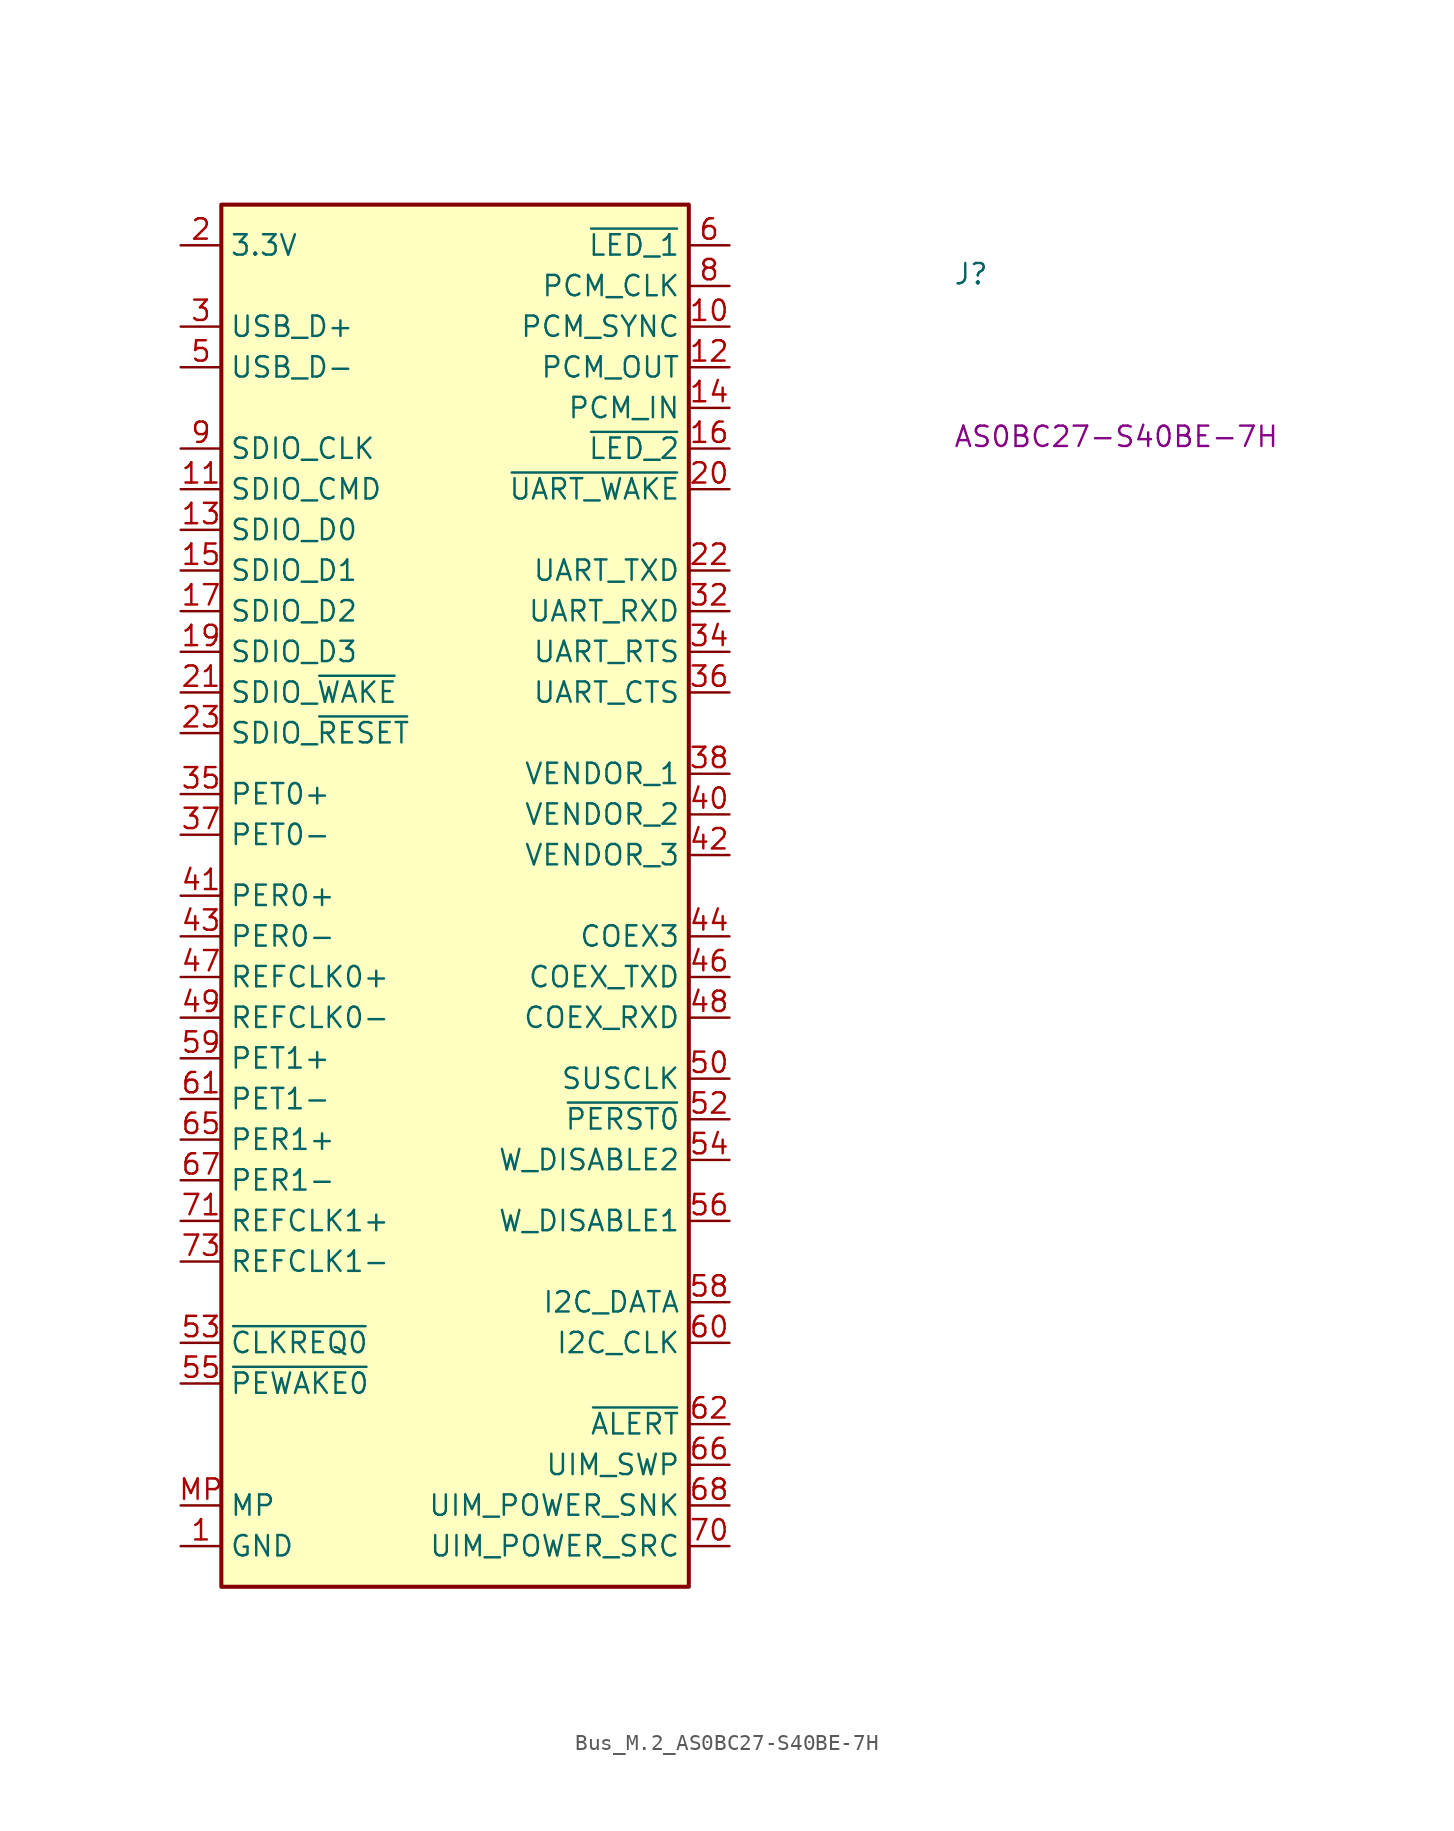
<source format=kicad_sym>
(kicad_symbol_lib
  (version 20220914)
  (generator kicad_symbol_editor)
  (symbol "Bus_M.2_AS0BC27-S40BE-7H"
    (property "Reference" "J"
      (at 48.26 -2.54 0)
      (effects (font (size 1.27 1.27) (thickness 0.15)) (justify left bottom)))
    (property "MPN" "AS0BC27-S40BE-7H"
      (at 48.26 -12.7 0)
      (effects (font (size 1.27 1.27) (thickness 0.15)) (justify left bottom)))
    (symbol "Bus_M.2_AS0BC27-S40BE-7H_1_1"
      (rectangle (start 2.54 2.54) (end 31.75 -83.82) (stroke (width 0.254) (type default)) (fill (type background)))
      (pin power_in line (at 0 -81.28 0) (length 2.54) (name "GND" (effects (font (size 1.27 1.27)))) (number "1" (effects (font (size 1.27 1.27)))))
      (pin bidirectional line (at 34.29 -5.08 180) (length 2.54) (name "PCM_SYNC" (effects (font (size 1.27 1.27)))) (number "10" (effects (font (size 1.27 1.27)))))
      (pin bidirectional line (at 0 -15.24 0) (length 2.54) (name "SDIO_CMD" (effects (font (size 1.27 1.27)))) (number "11" (effects (font (size 1.27 1.27)))))
      (pin bidirectional line (at 34.29 -7.62 180) (length 2.54) (name "PCM_OUT" (effects (font (size 1.27 1.27)))) (number "12" (effects (font (size 1.27 1.27)))))
      (pin bidirectional line (at 0 -17.78 0) (length 2.54) (name "SDIO_D0" (effects (font (size 1.27 1.27)))) (number "13" (effects (font (size 1.27 1.27)))))
      (pin bidirectional line (at 34.29 -10.16 180) (length 2.54) (name "PCM_IN" (effects (font (size 1.27 1.27)))) (number "14" (effects (font (size 1.27 1.27)))))
      (pin bidirectional line (at 0 -20.32 0) (length 2.54) (name "SDIO_D1" (effects (font (size 1.27 1.27)))) (number "15" (effects (font (size 1.27 1.27)))))
      (pin output line (at 34.29 -12.7 180) (length 2.54) (name "~{LED_2}" (effects (font (size 1.27 1.27)))) (number "16" (effects (font (size 1.27 1.27)))))
      (pin bidirectional line (at 0 -22.86 0) (length 2.54) (name "SDIO_D2" (effects (font (size 1.27 1.27)))) (number "17" (effects (font (size 1.27 1.27)))))
      (pin passive line (at 0 -81.28 0) (length 2.54) hide (name "GND" (effects (font (size 1.27 1.27)))) (number "18" (effects (font (size 1.27 1.27)))))
      (pin bidirectional line (at 0 -25.4 0) (length 2.54) (name "SDIO_D3" (effects (font (size 1.27 1.27)))) (number "19" (effects (font (size 1.27 1.27)))))
      (pin power_in line (at 0 0 0) (length 2.54) (name "3.3V" (effects (font (size 1.27 1.27)))) (number "2" (effects (font (size 1.27 1.27)))))
      (pin output line (at 34.29 -15.24 180) (length 2.54) (name "~{UART_WAKE}" (effects (font (size 1.27 1.27)))) (number "20" (effects (font (size 1.27 1.27)))))
      (pin bidirectional line (at 0 -27.94 0) (length 2.54) (name "SDIO_~{WAKE}" (effects (font (size 1.27 1.27)))) (number "21" (effects (font (size 1.27 1.27)))))
      (pin bidirectional line (at 34.29 -20.32 180) (length 2.54) (name "UART_TXD" (effects (font (size 1.27 1.27)))) (number "22" (effects (font (size 1.27 1.27)))))
      (pin input line (at 0 -30.48 0) (length 2.54) (name "SDIO_~{RESET}" (effects (font (size 1.27 1.27)))) (number "23" (effects (font (size 1.27 1.27)))))
      (pin bidirectional line (at 0 -5.08 0) (length 2.54) (name "USB_D+" (effects (font (size 1.27 1.27)))) (number "3" (effects (font (size 1.27 1.27)))))
      (pin bidirectional line (at 34.29 -22.86 180) (length 2.54) (name "UART_RXD" (effects (font (size 1.27 1.27)))) (number "32" (effects (font (size 1.27 1.27)))))
      (pin passive line (at 0 -81.28 0) (length 2.54) hide (name "GND" (effects (font (size 1.27 1.27)))) (number "33" (effects (font (size 1.27 1.27)))))
      (pin bidirectional line (at 34.29 -25.4 180) (length 2.54) (name "UART_RTS" (effects (font (size 1.27 1.27)))) (number "34" (effects (font (size 1.27 1.27)))))
      (pin input line (at 0 -34.29 0) (length 2.54) (name "PET0+" (effects (font (size 1.27 1.27)))) (number "35" (effects (font (size 1.27 1.27)))))
      (pin bidirectional line (at 34.29 -27.94 180) (length 2.54) (name "UART_CTS" (effects (font (size 1.27 1.27)))) (number "36" (effects (font (size 1.27 1.27)))))
      (pin input line (at 0 -36.83 0) (length 2.54) (name "PET0-" (effects (font (size 1.27 1.27)))) (number "37" (effects (font (size 1.27 1.27)))))
      (pin bidirectional line (at 34.29 -33.02 180) (length 2.54) (name "VENDOR_1" (effects (font (size 1.27 1.27)))) (number "38" (effects (font (size 1.27 1.27)))))
      (pin passive line (at 0 -81.28 0) (length 2.54) hide (name "GND" (effects (font (size 1.27 1.27)))) (number "39" (effects (font (size 1.27 1.27)))))
      (pin passive line (at 0 0 0) (length 2.54) hide (name "3.3V" (effects (font (size 1.27 1.27)))) (number "4" (effects (font (size 1.27 1.27)))))
      (pin bidirectional line (at 34.29 -35.56 180) (length 2.54) (name "VENDOR_2" (effects (font (size 1.27 1.27)))) (number "40" (effects (font (size 1.27 1.27)))))
      (pin output line (at 0 -40.64 0) (length 2.54) (name "PER0+" (effects (font (size 1.27 1.27)))) (number "41" (effects (font (size 1.27 1.27)))))
      (pin bidirectional line (at 34.29 -38.1 180) (length 2.54) (name "VENDOR_3" (effects (font (size 1.27 1.27)))) (number "42" (effects (font (size 1.27 1.27)))))
      (pin output line (at 0 -43.18 0) (length 2.54) (name "PER0-" (effects (font (size 1.27 1.27)))) (number "43" (effects (font (size 1.27 1.27)))))
      (pin bidirectional line (at 34.29 -43.18 180) (length 2.54) (name "COEX3" (effects (font (size 1.27 1.27)))) (number "44" (effects (font (size 1.27 1.27)))))
      (pin passive line (at 0 -81.28 0) (length 2.54) hide (name "GND" (effects (font (size 1.27 1.27)))) (number "45" (effects (font (size 1.27 1.27)))))
      (pin bidirectional line (at 34.29 -45.72 180) (length 2.54) (name "COEX_TXD" (effects (font (size 1.27 1.27)))) (number "46" (effects (font (size 1.27 1.27)))))
      (pin input line (at 0 -45.72 0) (length 2.54) (name "REFCLK0+" (effects (font (size 1.27 1.27)))) (number "47" (effects (font (size 1.27 1.27)))))
      (pin bidirectional line (at 34.29 -48.26 180) (length 2.54) (name "COEX_RXD" (effects (font (size 1.27 1.27)))) (number "48" (effects (font (size 1.27 1.27)))))
      (pin input line (at 0 -48.26 0) (length 2.54) (name "REFCLK0-" (effects (font (size 1.27 1.27)))) (number "49" (effects (font (size 1.27 1.27)))))
      (pin bidirectional line (at 0 -7.62 0) (length 2.54) (name "USB_D-" (effects (font (size 1.27 1.27)))) (number "5" (effects (font (size 1.27 1.27)))))
      (pin input line (at 34.29 -52.07 180) (length 2.54) (name "SUSCLK" (effects (font (size 1.27 1.27)))) (number "50" (effects (font (size 1.27 1.27)))))
      (pin passive line (at 0 -81.28 0) (length 2.54) hide (name "GND" (effects (font (size 1.27 1.27)))) (number "51" (effects (font (size 1.27 1.27)))))
      (pin input line (at 34.29 -54.61 180) (length 2.54) (name "~{PERST0}" (effects (font (size 1.27 1.27)))) (number "52" (effects (font (size 1.27 1.27)))))
      (pin output line (at 0 -68.58 0) (length 2.54) (name "~{CLKREQ0}" (effects (font (size 1.27 1.27)))) (number "53" (effects (font (size 1.27 1.27)))))
      (pin input line (at 34.29 -57.15 180) (length 2.54) (name "W_DISABLE2" (effects (font (size 1.27 1.27)))) (number "54" (effects (font (size 1.27 1.27)))))
      (pin output line (at 0 -71.12 0) (length 2.54) (name "~{PEWAKE0}" (effects (font (size 1.27 1.27)))) (number "55" (effects (font (size 1.27 1.27)))))
      (pin input line (at 34.29 -60.96 180) (length 2.54) (name "W_DISABLE1" (effects (font (size 1.27 1.27)))) (number "56" (effects (font (size 1.27 1.27)))))
      (pin passive line (at 0 -81.28 0) (length 2.54) hide (name "GND" (effects (font (size 1.27 1.27)))) (number "57" (effects (font (size 1.27 1.27)))))
      (pin bidirectional line (at 34.29 -66.04 180) (length 2.54) (name "I2C_DATA" (effects (font (size 1.27 1.27)))) (number "58" (effects (font (size 1.27 1.27)))))
      (pin input line (at 0 -50.8 0) (length 2.54) (name "PET1+" (effects (font (size 1.27 1.27)))) (number "59" (effects (font (size 1.27 1.27)))))
      (pin output line (at 34.29 0 180) (length 2.54) (name "~{LED_1}" (effects (font (size 1.27 1.27)))) (number "6" (effects (font (size 1.27 1.27)))))
      (pin bidirectional line (at 34.29 -68.58 180) (length 2.54) (name "I2C_CLK" (effects (font (size 1.27 1.27)))) (number "60" (effects (font (size 1.27 1.27)))))
      (pin input line (at 0 -53.34 0) (length 2.54) (name "PET1-" (effects (font (size 1.27 1.27)))) (number "61" (effects (font (size 1.27 1.27)))))
      (pin output line (at 34.29 -73.66 180) (length 2.54) (name "~{ALERT}" (effects (font (size 1.27 1.27)))) (number "62" (effects (font (size 1.27 1.27)))))
      (pin passive line (at 0 -81.28 0) (length 2.54) hide (name "GND" (effects (font (size 1.27 1.27)))) (number "63" (effects (font (size 1.27 1.27)))))
      (pin no_connect line (at 2.54 -76.2 0) (length 2.54) hide (name "RFU" (effects (font (size 1.27 1.27)))) (number "64" (effects (font (size 1.27 1.27)))))
      (pin output line (at 0 -55.88 0) (length 2.54) (name "PER1+" (effects (font (size 1.27 1.27)))) (number "65" (effects (font (size 1.27 1.27)))))
      (pin bidirectional line (at 34.29 -76.2 180) (length 2.54) (name "UIM_SWP" (effects (font (size 1.27 1.27)))) (number "66" (effects (font (size 1.27 1.27)))))
      (pin output line (at 0 -58.42 0) (length 2.54) (name "PER1-" (effects (font (size 1.27 1.27)))) (number "67" (effects (font (size 1.27 1.27)))))
      (pin bidirectional line (at 34.29 -78.74 180) (length 2.54) (name "UIM_POWER_SNK" (effects (font (size 1.27 1.27)))) (number "68" (effects (font (size 1.27 1.27)))))
      (pin passive line (at 0 -81.28 0) (length 2.54) hide (name "GND" (effects (font (size 1.27 1.27)))) (number "69" (effects (font (size 1.27 1.27)))))
      (pin passive line (at 0 -81.28 0) (length 2.54) hide (name "GND" (effects (font (size 1.27 1.27)))) (number "7" (effects (font (size 1.27 1.27)))))
      (pin bidirectional line (at 34.29 -81.28 180) (length 2.54) (name "UIM_POWER_SRC" (effects (font (size 1.27 1.27)))) (number "70" (effects (font (size 1.27 1.27)))))
      (pin input line (at 0 -60.96 0) (length 2.54) (name "REFCLK1+" (effects (font (size 1.27 1.27)))) (number "71" (effects (font (size 1.27 1.27)))))
      (pin passive line (at 0 0 0) (length 2.54) hide (name "3.3V" (effects (font (size 1.27 1.27)))) (number "72" (effects (font (size 1.27 1.27)))))
      (pin input line (at 0 -63.5 0) (length 2.54) (name "REFCLK1-" (effects (font (size 1.27 1.27)))) (number "73" (effects (font (size 1.27 1.27)))))
      (pin passive line (at 0 0 0) (length 2.54) hide (name "3.3V" (effects (font (size 1.27 1.27)))) (number "74" (effects (font (size 1.27 1.27)))))
      (pin passive line (at 0 -81.28 0) (length 2.54) hide (name "GND" (effects (font (size 1.27 1.27)))) (number "75" (effects (font (size 1.27 1.27)))))
      (pin bidirectional line (at 34.29 -2.54 180) (length 2.54) (name "PCM_CLK" (effects (font (size 1.27 1.27)))) (number "8" (effects (font (size 1.27 1.27)))))
      (pin input line (at 0 -12.7 0) (length 2.54) (name "SDIO_CLK" (effects (font (size 1.27 1.27)))) (number "9" (effects (font (size 1.27 1.27)))))
      (pin passive line (at 0 -78.74 0) (length 2.54) (name "MP" (effects (font (size 1.27 1.27)))) (number "MP" (effects (font (size 1.27 1.27))))))))
</source>
